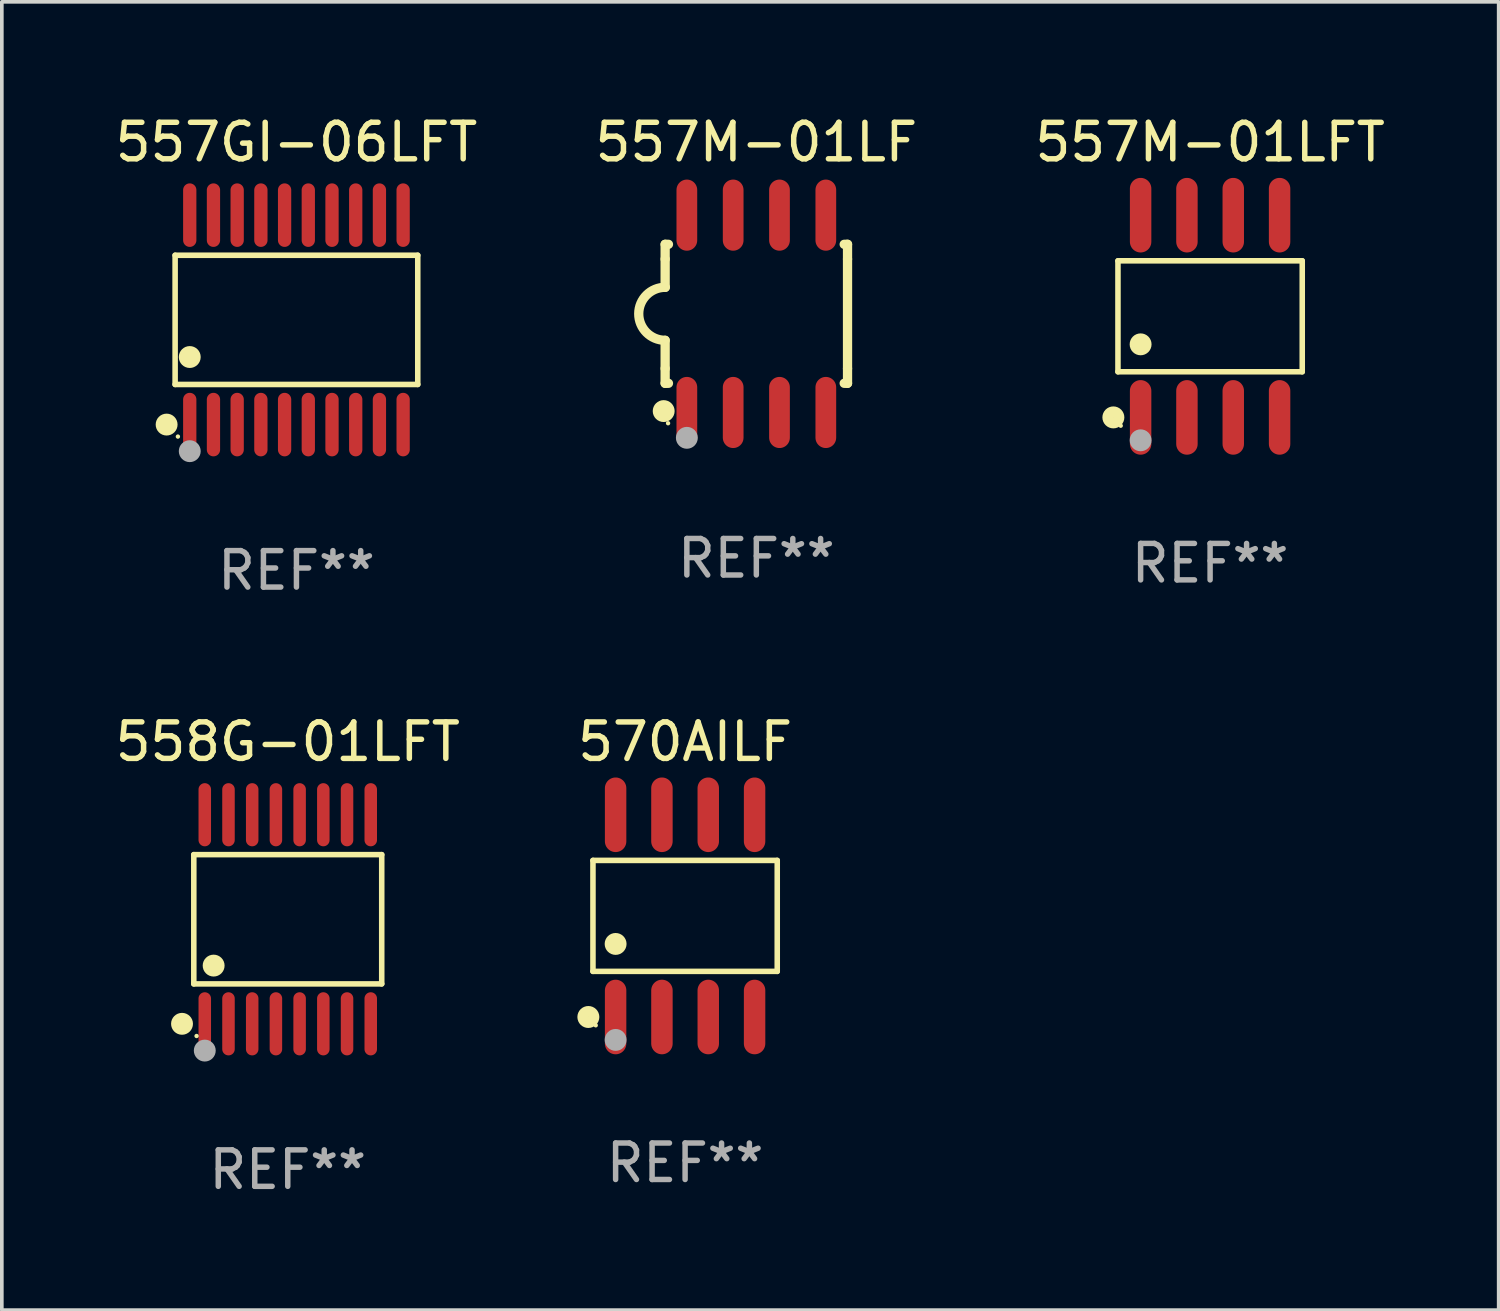
<source format=kicad_pcb>
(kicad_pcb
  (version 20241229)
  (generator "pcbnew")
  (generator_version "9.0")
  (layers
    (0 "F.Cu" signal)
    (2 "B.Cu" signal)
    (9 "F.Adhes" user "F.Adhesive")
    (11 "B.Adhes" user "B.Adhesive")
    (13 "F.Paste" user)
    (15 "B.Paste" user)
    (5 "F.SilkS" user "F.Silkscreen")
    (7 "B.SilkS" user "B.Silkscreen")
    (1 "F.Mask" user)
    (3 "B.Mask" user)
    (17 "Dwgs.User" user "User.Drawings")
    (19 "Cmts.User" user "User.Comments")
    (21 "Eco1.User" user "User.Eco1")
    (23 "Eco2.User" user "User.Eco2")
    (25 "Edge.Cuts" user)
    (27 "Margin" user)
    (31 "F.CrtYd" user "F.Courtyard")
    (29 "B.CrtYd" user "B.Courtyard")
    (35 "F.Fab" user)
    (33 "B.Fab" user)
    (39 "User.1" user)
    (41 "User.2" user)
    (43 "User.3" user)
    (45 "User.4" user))
  (footprint "557M-01LFT"
    (layer "F.Cu")
    (at 30.125 5.621)
    (property "Reference" "557M-01LFT" (at 0 -4.772 0) (layer "F.SilkS") (effects (font (size 1 1) (thickness 0.15))))
    (attr through_hole)
    (fp_line (start -2.526 -1.521) (end 2.526 -1.521) (stroke (width 0.152) (type solid)) (layer "F.SilkS"))
    (fp_line (start -2.526 1.521) (end -2.526 -1.521) (stroke (width 0.152) (type solid)) (layer "F.SilkS"))
    (fp_line (start 2.526 -1.521) (end 2.526 1.521) (stroke (width 0.152) (type solid)) (layer "F.SilkS"))
    (fp_line (start 2.526 1.521) (end -2.526 1.521) (stroke (width 0.152) (type solid)) (layer "F.SilkS"))
    (fp_circle (center -2.652 2.772) (end -2.501 2.772) (stroke (width 0.3) (type solid)) (fill no) (layer "F.SilkS"))
    (fp_circle (center -2.45 3) (end -2.42 3) (stroke (width 0.06) (type solid)) (fill no) (layer "F.SilkS"))
    (fp_circle (center -1.905 0.769) (end -1.755 0.769) (stroke (width 0.3) (type solid)) (fill no) (layer "F.SilkS"))
    (fp_circle (center -1.905 3.4) (end -1.755 3.4) (stroke (width 0.3) (type solid)) (fill no) (layer "F.Fab"))
    (fp_text user "REF**" (at 0 6.772 0) (layer "F.Fab") (effects (font (size 1 1) (thickness 0.15))))
    (pad "1" smd oval (at -1.905 2.772) (size 0.588 2.045) (layers "F.Cu" "F.Mask" "F.Paste"))
    (pad "2" smd oval (at -0.635 2.772) (size 0.588 2.045) (layers "F.Cu" "F.Mask" "F.Paste"))
    (pad "3" smd oval (at 0.635 2.772) (size 0.588 2.045) (layers "F.Cu" "F.Mask" "F.Paste"))
    (pad "4" smd oval (at 1.905 2.772) (size 0.588 2.045) (layers "F.Cu" "F.Mask" "F.Paste"))
    (pad "5" smd oval (at 1.905 -2.772) (size 0.588 2.045) (layers "F.Cu" "F.Mask" "F.Paste"))
    (pad "6" smd oval (at 0.635 -2.772) (size 0.588 2.045) (layers "F.Cu" "F.Mask" "F.Paste"))
    (pad "7" smd oval (at -0.635 -2.772) (size 0.588 2.045) (layers "F.Cu" "F.Mask" "F.Paste"))
    (pad "8" smd oval (at -1.905 -2.772) (size 0.588 2.045) (layers "F.Cu" "F.Mask" "F.Paste")))
  (footprint "557M-01LF"
    (layer "F.Cu")
    (at 17.685 5.553)
    (property "Reference" "557M-01LF" (at 0 -4.705 0) (layer "F.SilkS") (effects (font (size 1 1) (thickness 0.15))))
    (attr through_hole)
    (fp_line (start -2.5 -1.905) (end -2.409 -1.905) (stroke (width 0.254) (type solid)) (layer "F.SilkS"))
    (fp_line (start -2.5 -1.5) (end -2.5 -1.905) (stroke (width 0.254) (type solid)) (layer "F.SilkS"))
    (fp_line (start -2.5 -1.5) (end -2.5 -0.726) (stroke (width 0.254) (type solid)) (layer "F.SilkS"))
    (fp_line (start -2.5 1.5) (end -2.5 0.727) (stroke (width 0.254) (type solid)) (layer "F.SilkS"))
    (fp_line (start -2.5 1.5) (end -2.5 1.905) (stroke (width 0.254) (type solid)) (layer "F.SilkS"))
    (fp_line (start -2.5 1.905) (end -2.409 1.905) (stroke (width 0.254) (type solid)) (layer "F.SilkS"))
    (fp_line (start 2.5 -1.905) (end 2.409 -1.905) (stroke (width 0.254) (type solid)) (layer "F.SilkS"))
    (fp_line (start 2.5 -1.5) (end 2.5 -1.905) (stroke (width 0.254) (type solid)) (layer "F.SilkS"))
    (fp_line (start 2.5 -1.5) (end 2.5 1.5) (stroke (width 0.254) (type solid)) (layer "F.SilkS"))
    (fp_line (start 2.5 1.5) (end 2.5 1.905) (stroke (width 0.254) (type solid)) (layer "F.SilkS"))
    (fp_line (start 2.5 1.905) (end 2.409 1.905) (stroke (width 0.254) (type solid)) (layer "F.SilkS"))
    (fp_arc (start -2.5 0.726568) (mid -3.220316 -0.0023) (end -2.495097 -0.726289) (stroke (width 0.254001) (type solid)) (layer "F.SilkS"))
    (fp_circle (center -2.54 2.667) (end -2.39 2.667) (stroke (width 0.3) (type solid)) (fill no) (layer "F.SilkS"))
    (fp_circle (center -2.42 3) (end -2.39 3) (stroke (width 0.06) (type solid)) (fill no) (layer "F.SilkS"))
    (fp_circle (center -1.905 3.4) (end -1.755 3.4) (stroke (width 0.3) (type solid)) (fill no) (layer "F.Fab"))
    (fp_text user "REF**" (at 0 6.705 0) (layer "F.Fab") (effects (font (size 1 1) (thickness 0.15))))
    (pad "1" smd oval (at -1.905 2.705) (size 0.568 1.95) (layers "F.Cu" "F.Mask" "F.Paste"))
    (pad "2" smd oval (at -0.635 2.705) (size 0.568 1.95) (layers "F.Cu" "F.Mask" "F.Paste"))
    (pad "3" smd oval (at 0.635 2.705) (size 0.568 1.95) (layers "F.Cu" "F.Mask" "F.Paste"))
    (pad "4" smd oval (at 1.905 2.705) (size 0.568 1.95) (layers "F.Cu" "F.Mask" "F.Paste"))
    (pad "5" smd oval (at 1.905 -2.705) (size 0.568 1.95) (layers "F.Cu" "F.Mask" "F.Paste"))
    (pad "6" smd oval (at 0.635 -2.705) (size 0.568 1.95) (layers "F.Cu" "F.Mask" "F.Paste"))
    (pad "7" smd oval (at -0.635 -2.705) (size 0.568 1.95) (layers "F.Cu" "F.Mask" "F.Paste"))
    (pad "8" smd oval (at -1.905 -2.705) (size 0.568 1.95) (layers "F.Cu" "F.Mask" "F.Paste")))
  (footprint "570AILF"
    (layer "F.Cu")
    (at 15.732 22.059)
    (property "Reference" "570AILF" (at 0 -4.772 0) (layer "F.SilkS") (effects (font (size 1 1) (thickness 0.15))))
    (attr through_hole)
    (fp_line (start -2.526 -1.521) (end 2.526 -1.521) (stroke (width 0.152) (type solid)) (layer "F.SilkS"))
    (fp_line (start -2.526 1.521) (end -2.526 -1.521) (stroke (width 0.152) (type solid)) (layer "F.SilkS"))
    (fp_line (start 2.526 -1.521) (end 2.526 1.521) (stroke (width 0.152) (type solid)) (layer "F.SilkS"))
    (fp_line (start 2.526 1.521) (end -2.526 1.521) (stroke (width 0.152) (type solid)) (layer "F.SilkS"))
    (fp_circle (center -2.652 2.772) (end -2.501 2.772) (stroke (width 0.3) (type solid)) (fill no) (layer "F.SilkS"))
    (fp_circle (center -2.45 3) (end -2.42 3) (stroke (width 0.06) (type solid)) (fill no) (layer "F.SilkS"))
    (fp_circle (center -1.905 0.769) (end -1.755 0.769) (stroke (width 0.3) (type solid)) (fill no) (layer "F.SilkS"))
    (fp_circle (center -1.905 3.4) (end -1.755 3.4) (stroke (width 0.3) (type solid)) (fill no) (layer "F.Fab"))
    (fp_text user "REF**" (at 0 6.772 0) (layer "F.Fab") (effects (font (size 1 1) (thickness 0.15))))
    (pad "1" smd oval (at -1.905 2.772) (size 0.588 2.045) (layers "F.Cu" "F.Mask" "F.Paste"))
    (pad "2" smd oval (at -0.635 2.772) (size 0.588 2.045) (layers "F.Cu" "F.Mask" "F.Paste"))
    (pad "3" smd oval (at 0.635 2.772) (size 0.588 2.045) (layers "F.Cu" "F.Mask" "F.Paste"))
    (pad "4" smd oval (at 1.905 2.772) (size 0.588 2.045) (layers "F.Cu" "F.Mask" "F.Paste"))
    (pad "5" smd oval (at 1.905 -2.772) (size 0.588 2.045) (layers "F.Cu" "F.Mask" "F.Paste"))
    (pad "6" smd oval (at 0.635 -2.772) (size 0.588 2.045) (layers "F.Cu" "F.Mask" "F.Paste"))
    (pad "7" smd oval (at -0.635 -2.772) (size 0.588 2.045) (layers "F.Cu" "F.Mask" "F.Paste"))
    (pad "8" smd oval (at -1.905 -2.772) (size 0.588 2.045) (layers "F.Cu" "F.Mask" "F.Paste")))
  (footprint "558G-01LFT"
    (layer "F.Cu")
    (at 4.839 22.152)
    (property "Reference" "558G-01LFT" (at 0 -4.866 0) (layer "F.SilkS") (effects (font (size 1 1) (thickness 0.15))))
    (attr through_hole)
    (fp_line (start -2.576 -1.772) (end 2.576 -1.772) (stroke (width 0.152) (type solid)) (layer "F.SilkS"))
    (fp_line (start -2.576 1.771) (end -2.576 -1.772) (stroke (width 0.152) (type solid)) (layer "F.SilkS"))
    (fp_line (start 2.576 -1.772) (end 2.576 1.771) (stroke (width 0.152) (type solid)) (layer "F.SilkS"))
    (fp_line (start 2.576 1.771) (end -2.576 1.771) (stroke (width 0.152) (type solid)) (layer "F.SilkS"))
    (fp_circle (center -2.899 2.866) (end -2.749 2.866) (stroke (width 0.3) (type solid)) (fill no) (layer "F.SilkS"))
    (fp_circle (center -2.5 3.2) (end -2.47 3.2) (stroke (width 0.06) (type solid)) (fill no) (layer "F.SilkS"))
    (fp_circle (center -2.032 1.27) (end -1.882 1.27) (stroke (width 0.3) (type solid)) (fill no) (layer "F.SilkS"))
    (fp_circle (center -2.275 3.6) (end -2.125 3.6) (stroke (width 0.3) (type solid)) (fill no) (layer "F.Fab"))
    (fp_text user "REF**" (at 0 6.866 0) (layer "F.Fab") (effects (font (size 1 1) (thickness 0.15))))
    (pad "1" smd oval (at -2.275 2.866) (size 0.343 1.731) (layers "F.Cu" "F.Mask" "F.Paste"))
    (pad "2" smd oval (at -1.625 2.866) (size 0.343 1.731) (layers "F.Cu" "F.Mask" "F.Paste"))
    (pad "3" smd oval (at -0.975 2.866) (size 0.343 1.731) (layers "F.Cu" "F.Mask" "F.Paste"))
    (pad "4" smd oval (at -0.325 2.866) (size 0.343 1.731) (layers "F.Cu" "F.Mask" "F.Paste"))
    (pad "5" smd oval (at 0.325 2.866) (size 0.343 1.731) (layers "F.Cu" "F.Mask" "F.Paste"))
    (pad "6" smd oval (at 0.975 2.866) (size 0.343 1.731) (layers "F.Cu" "F.Mask" "F.Paste"))
    (pad "7" smd oval (at 1.625 2.866) (size 0.343 1.731) (layers "F.Cu" "F.Mask" "F.Paste"))
    (pad "8" smd oval (at 2.275 2.866) (size 0.343 1.731) (layers "F.Cu" "F.Mask" "F.Paste"))
    (pad "9" smd oval (at 2.275 -2.866) (size 0.343 1.731) (layers "F.Cu" "F.Mask" "F.Paste"))
    (pad "10" smd oval (at 1.625 -2.866) (size 0.343 1.731) (layers "F.Cu" "F.Mask" "F.Paste"))
    (pad "11" smd oval (at 0.975 -2.866) (size 0.343 1.731) (layers "F.Cu" "F.Mask" "F.Paste"))
    (pad "12" smd oval (at 0.325 -2.866) (size 0.343 1.731) (layers "F.Cu" "F.Mask" "F.Paste"))
    (pad "13" smd oval (at -0.325 -2.866) (size 0.343 1.731) (layers "F.Cu" "F.Mask" "F.Paste"))
    (pad "14" smd oval (at -0.975 -2.866) (size 0.343 1.731) (layers "F.Cu" "F.Mask" "F.Paste"))
    (pad "15" smd oval (at -1.625 -2.866) (size 0.343 1.731) (layers "F.Cu" "F.Mask" "F.Paste"))
    (pad "16" smd oval (at -2.275 -2.866) (size 0.343 1.731) (layers "F.Cu" "F.Mask" "F.Paste")))
  (footprint "557GI-06LFT"
    (layer "F.Cu")
    (at 5.077 5.719)
    (property "Reference" "557GI-06LFT" (at 0 -4.871 0) (layer "F.SilkS") (effects (font (size 1 1) (thickness 0.15))))
    (attr through_hole)
    (fp_line (start -3.326 -1.771) (end 3.326 -1.771) (stroke (width 0.152) (type solid)) (layer "F.SilkS"))
    (fp_line (start -3.326 1.771) (end -3.326 -1.771) (stroke (width 0.152) (type solid)) (layer "F.SilkS"))
    (fp_line (start 3.326 -1.771) (end 3.326 1.771) (stroke (width 0.152) (type solid)) (layer "F.SilkS"))
    (fp_line (start 3.326 1.771) (end -3.326 1.771) (stroke (width 0.152) (type solid)) (layer "F.SilkS"))
    (fp_circle (center -3.559 2.871) (end -3.409 2.871) (stroke (width 0.3) (type solid)) (fill no) (layer "F.SilkS"))
    (fp_circle (center -3.25 3.2) (end -3.22 3.2) (stroke (width 0.06) (type solid)) (fill no) (layer "F.SilkS"))
    (fp_circle (center -2.925 1.019) (end -2.775 1.019) (stroke (width 0.3) (type solid)) (fill no) (layer "F.SilkS"))
    (fp_circle (center -2.925 3.6) (end -2.775 3.6) (stroke (width 0.3) (type solid)) (fill no) (layer "F.Fab"))
    (fp_text user "REF**" (at 0 6.871 0) (layer "F.Fab") (effects (font (size 1 1) (thickness 0.15))))
    (pad "1" smd oval (at -2.925 2.871) (size 0.364 1.742) (layers "F.Cu" "F.Mask" "F.Paste"))
    (pad "2" smd oval (at -2.275 2.871) (size 0.364 1.742) (layers "F.Cu" "F.Mask" "F.Paste"))
    (pad "3" smd oval (at -1.625 2.871) (size 0.364 1.742) (layers "F.Cu" "F.Mask" "F.Paste"))
    (pad "4" smd oval (at -0.975 2.871) (size 0.364 1.742) (layers "F.Cu" "F.Mask" "F.Paste"))
    (pad "5" smd oval (at -0.325 2.871) (size 0.364 1.742) (layers "F.Cu" "F.Mask" "F.Paste"))
    (pad "6" smd oval (at 0.325 2.871) (size 0.364 1.742) (layers "F.Cu" "F.Mask" "F.Paste"))
    (pad "7" smd oval (at 0.975 2.871) (size 0.364 1.742) (layers "F.Cu" "F.Mask" "F.Paste"))
    (pad "8" smd oval (at 1.625 2.871) (size 0.364 1.742) (layers "F.Cu" "F.Mask" "F.Paste"))
    (pad "9" smd oval (at 2.275 2.871) (size 0.364 1.742) (layers "F.Cu" "F.Mask" "F.Paste"))
    (pad "10" smd oval (at 2.925 2.871) (size 0.364 1.742) (layers "F.Cu" "F.Mask" "F.Paste"))
    (pad "11" smd oval (at 2.925 -2.871) (size 0.364 1.742) (layers "F.Cu" "F.Mask" "F.Paste"))
    (pad "12" smd oval (at 2.275 -2.871) (size 0.364 1.742) (layers "F.Cu" "F.Mask" "F.Paste"))
    (pad "13" smd oval (at 1.625 -2.871) (size 0.364 1.742) (layers "F.Cu" "F.Mask" "F.Paste"))
    (pad "14" smd oval (at 0.975 -2.871) (size 0.364 1.742) (layers "F.Cu" "F.Mask" "F.Paste"))
    (pad "15" smd oval (at 0.325 -2.871) (size 0.364 1.742) (layers "F.Cu" "F.Mask" "F.Paste"))
    (pad "16" smd oval (at -0.325 -2.871) (size 0.364 1.742) (layers "F.Cu" "F.Mask" "F.Paste"))
    (pad "17" smd oval (at -0.975 -2.871) (size 0.364 1.742) (layers "F.Cu" "F.Mask" "F.Paste"))
    (pad "18" smd oval (at -1.625 -2.871) (size 0.364 1.742) (layers "F.Cu" "F.Mask" "F.Paste"))
    (pad "19" smd oval (at -2.275 -2.871) (size 0.364 1.742) (layers "F.Cu" "F.Mask" "F.Paste"))
    (pad "20" smd oval (at -2.925 -2.871) (size 0.364 1.742) (layers "F.Cu" "F.Mask" "F.Paste")))
  (gr_rect
    (start -3 -3)
    (end 38.036 32.866)
    (stroke (width 0.1) (type default))
    (fill no)
    (layer "Edge.Cuts")))
</source>
